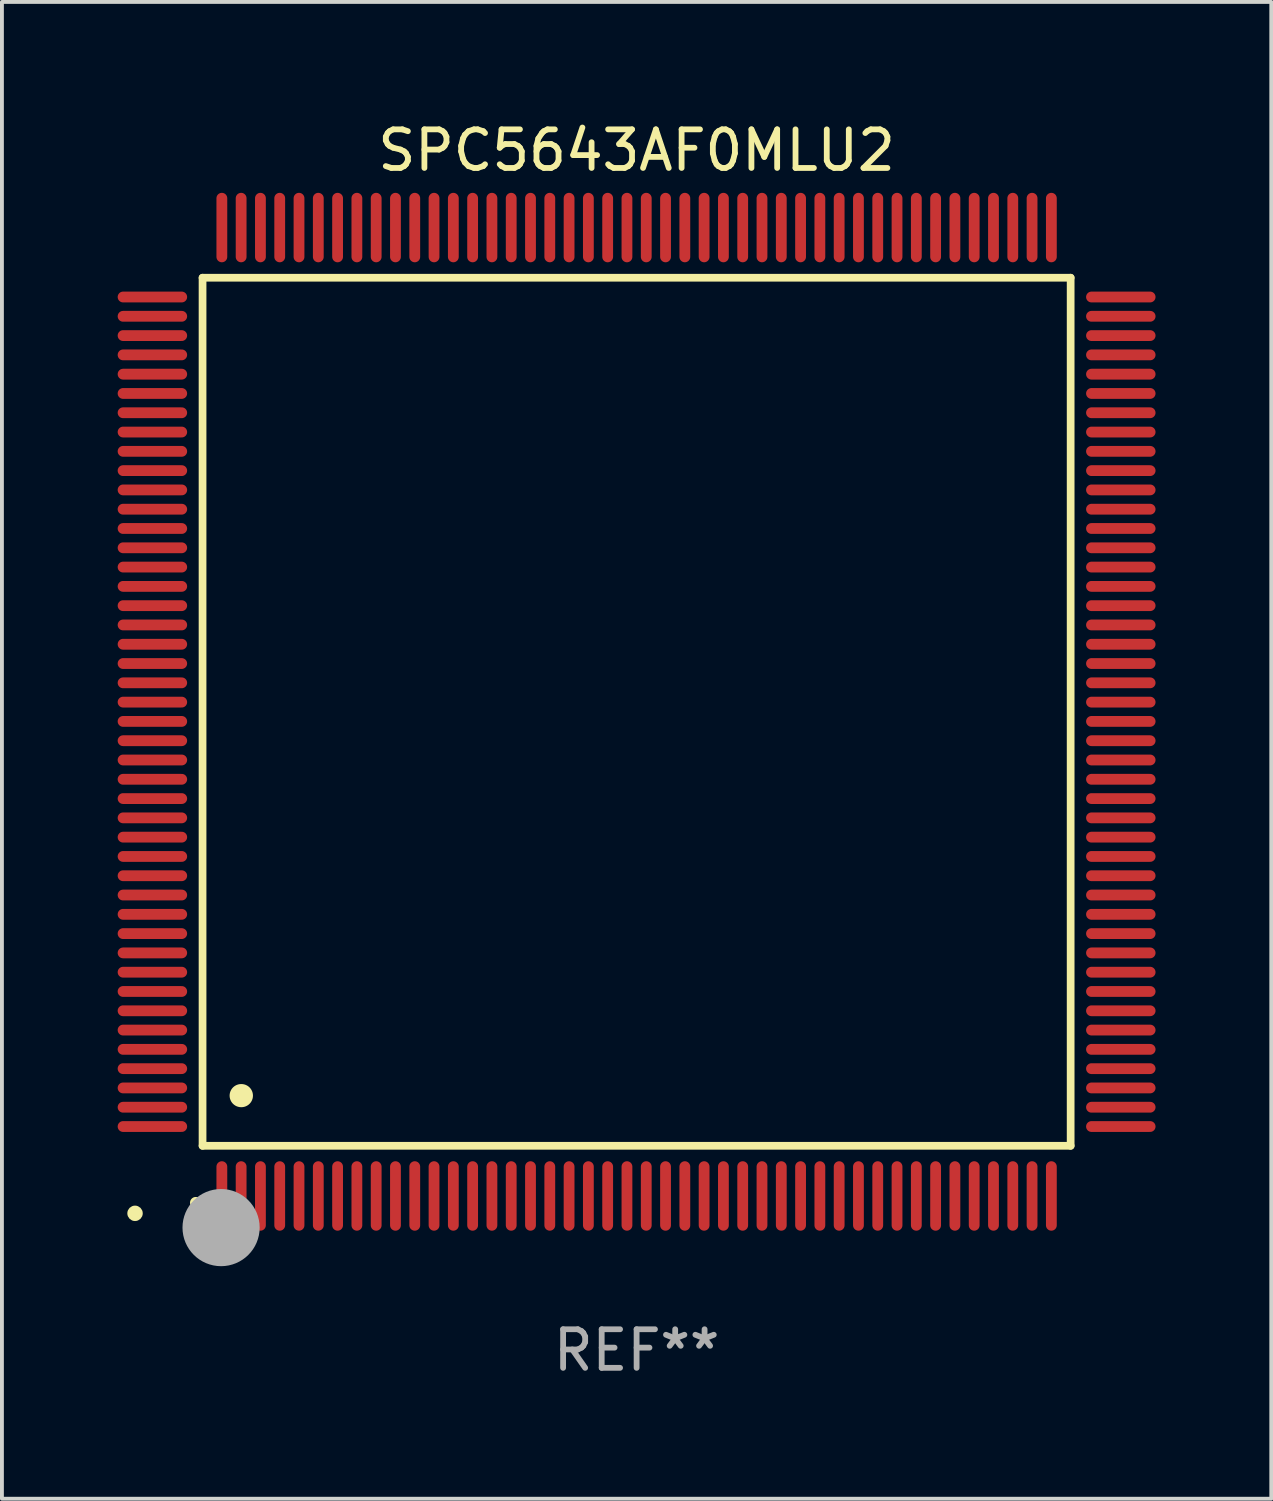
<source format=kicad_pcb>
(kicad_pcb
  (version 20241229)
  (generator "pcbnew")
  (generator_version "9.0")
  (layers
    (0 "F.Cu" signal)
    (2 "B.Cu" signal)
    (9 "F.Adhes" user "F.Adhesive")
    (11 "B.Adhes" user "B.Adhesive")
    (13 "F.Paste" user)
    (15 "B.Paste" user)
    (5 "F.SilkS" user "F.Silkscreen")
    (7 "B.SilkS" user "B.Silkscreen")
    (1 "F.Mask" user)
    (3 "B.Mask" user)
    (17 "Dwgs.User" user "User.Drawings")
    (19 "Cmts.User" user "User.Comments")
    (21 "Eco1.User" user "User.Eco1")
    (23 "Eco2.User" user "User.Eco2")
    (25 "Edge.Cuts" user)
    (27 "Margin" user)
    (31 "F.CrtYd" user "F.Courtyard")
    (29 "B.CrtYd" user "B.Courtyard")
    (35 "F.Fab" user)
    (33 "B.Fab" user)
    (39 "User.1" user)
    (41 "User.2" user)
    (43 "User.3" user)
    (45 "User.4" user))
  (footprint "SPC5643AF0MLU2"
    (layer "F.Cu")
    (at 13.45 15.398)
    (property "Reference" "SPC5643AF0MLU2" (at 0 -14.55 0) (layer "F.SilkS") (effects (font (size 1 1) (thickness 0.15))))
    (attr through_hole)
    (fp_line (start -11.25 -11.25) (end 11.25 -11.25) (stroke (width 0.2) (type solid)) (layer "F.SilkS"))
    (fp_line (start -11.25 11.25) (end -11.25 -11.25) (stroke (width 0.2) (type solid)) (layer "F.SilkS"))
    (fp_line (start 11.25 -11.25) (end 11.25 11.25) (stroke (width 0.2) (type solid)) (layer "F.SilkS"))
    (fp_line (start 11.25 11.25) (end -11.25 11.25) (stroke (width 0.2) (type solid)) (layer "F.SilkS"))
    (fp_arc (start -11.424943 12.725425) (mid -11.423673 12.72542) (end -11.422403 12.725425) (stroke (width 0.3) (type solid)) (layer "F.SilkS"))
    (fp_arc (start -10.24892 9.9492) (mid -10.24638 9.949189) (end -10.24384 9.9492) (stroke (width 0.6) (type solid)) (layer "F.SilkS"))
    (fp_circle (center -13 13) (end -12.9 13) (stroke (width 0.2) (type solid)) (fill no) (layer "F.SilkS"))
    (fp_circle (center -10.77 13.37) (end -10.27 13.37) (stroke (width 1) (type solid)) (fill no) (layer "F.Fab"))
    (fp_text user "REF**" (at 0 16.55 0) (layer "F.Fab") (effects (font (size 1 1) (thickness 0.15))))
    (pad "1" smd oval (at -10.75 12.55) (size 0.28 1.8) (layers "F.Cu" "F.Mask" "F.Paste"))
    (pad "2" smd oval (at -10.25 12.55) (size 0.28 1.8) (layers "F.Cu" "F.Mask" "F.Paste"))
    (pad "3" smd oval (at -9.75 12.55) (size 0.28 1.8) (layers "F.Cu" "F.Mask" "F.Paste"))
    (pad "4" smd oval (at -9.25 12.55) (size 0.28 1.8) (layers "F.Cu" "F.Mask" "F.Paste"))
    (pad "5" smd oval (at -8.75 12.55) (size 0.28 1.8) (layers "F.Cu" "F.Mask" "F.Paste"))
    (pad "6" smd oval (at -8.25 12.55) (size 0.28 1.8) (layers "F.Cu" "F.Mask" "F.Paste"))
    (pad "7" smd oval (at -7.75 12.55) (size 0.28 1.8) (layers "F.Cu" "F.Mask" "F.Paste"))
    (pad "8" smd oval (at -7.25 12.55) (size 0.28 1.8) (layers "F.Cu" "F.Mask" "F.Paste"))
    (pad "9" smd oval (at -6.75 12.55) (size 0.28 1.8) (layers "F.Cu" "F.Mask" "F.Paste"))
    (pad "10" smd oval (at -6.25 12.55) (size 0.28 1.8) (layers "F.Cu" "F.Mask" "F.Paste"))
    (pad "11" smd oval (at -5.75 12.55) (size 0.28 1.8) (layers "F.Cu" "F.Mask" "F.Paste"))
    (pad "12" smd oval (at -5.25 12.55) (size 0.28 1.8) (layers "F.Cu" "F.Mask" "F.Paste"))
    (pad "13" smd oval (at -4.75 12.55) (size 0.28 1.8) (layers "F.Cu" "F.Mask" "F.Paste"))
    (pad "14" smd oval (at -4.25 12.55) (size 0.28 1.8) (layers "F.Cu" "F.Mask" "F.Paste"))
    (pad "15" smd oval (at -3.75 12.55) (size 0.28 1.8) (layers "F.Cu" "F.Mask" "F.Paste"))
    (pad "16" smd oval (at -3.25 12.55) (size 0.28 1.8) (layers "F.Cu" "F.Mask" "F.Paste"))
    (pad "17" smd oval (at -2.75 12.55) (size 0.28 1.8) (layers "F.Cu" "F.Mask" "F.Paste"))
    (pad "18" smd oval (at -2.25 12.55) (size 0.28 1.8) (layers "F.Cu" "F.Mask" "F.Paste"))
    (pad "19" smd oval (at -1.75 12.55) (size 0.28 1.8) (layers "F.Cu" "F.Mask" "F.Paste"))
    (pad "20" smd oval (at -1.25 12.55) (size 0.28 1.8) (layers "F.Cu" "F.Mask" "F.Paste"))
    (pad "21" smd oval (at -0.75 12.55) (size 0.28 1.8) (layers "F.Cu" "F.Mask" "F.Paste"))
    (pad "22" smd oval (at -0.25 12.55) (size 0.28 1.8) (layers "F.Cu" "F.Mask" "F.Paste"))
    (pad "23" smd oval (at 0.25 12.55) (size 0.28 1.8) (layers "F.Cu" "F.Mask" "F.Paste"))
    (pad "24" smd oval (at 0.75 12.55) (size 0.28 1.8) (layers "F.Cu" "F.Mask" "F.Paste"))
    (pad "25" smd oval (at 1.25 12.55) (size 0.28 1.8) (layers "F.Cu" "F.Mask" "F.Paste"))
    (pad "26" smd oval (at 1.75 12.55) (size 0.28 1.8) (layers "F.Cu" "F.Mask" "F.Paste"))
    (pad "27" smd oval (at 2.25 12.55) (size 0.28 1.8) (layers "F.Cu" "F.Mask" "F.Paste"))
    (pad "28" smd oval (at 2.75 12.55) (size 0.28 1.8) (layers "F.Cu" "F.Mask" "F.Paste"))
    (pad "29" smd oval (at 3.25 12.55) (size 0.28 1.8) (layers "F.Cu" "F.Mask" "F.Paste"))
    (pad "30" smd oval (at 3.75 12.55) (size 0.28 1.8) (layers "F.Cu" "F.Mask" "F.Paste"))
    (pad "31" smd oval (at 4.25 12.55) (size 0.28 1.8) (layers "F.Cu" "F.Mask" "F.Paste"))
    (pad "32" smd oval (at 4.75 12.55) (size 0.28 1.8) (layers "F.Cu" "F.Mask" "F.Paste"))
    (pad "33" smd oval (at 5.25 12.55) (size 0.28 1.8) (layers "F.Cu" "F.Mask" "F.Paste"))
    (pad "34" smd oval (at 5.75 12.55) (size 0.28 1.8) (layers "F.Cu" "F.Mask" "F.Paste"))
    (pad "35" smd oval (at 6.25 12.55) (size 0.28 1.8) (layers "F.Cu" "F.Mask" "F.Paste"))
    (pad "36" smd oval (at 6.75 12.55) (size 0.28 1.8) (layers "F.Cu" "F.Mask" "F.Paste"))
    (pad "37" smd oval (at 7.25 12.55) (size 0.28 1.8) (layers "F.Cu" "F.Mask" "F.Paste"))
    (pad "38" smd oval (at 7.75 12.55) (size 0.28 1.8) (layers "F.Cu" "F.Mask" "F.Paste"))
    (pad "39" smd oval (at 8.25 12.55) (size 0.28 1.8) (layers "F.Cu" "F.Mask" "F.Paste"))
    (pad "40" smd oval (at 8.75 12.55) (size 0.28 1.8) (layers "F.Cu" "F.Mask" "F.Paste"))
    (pad "41" smd oval (at 9.25 12.55) (size 0.28 1.8) (layers "F.Cu" "F.Mask" "F.Paste"))
    (pad "42" smd oval (at 9.75 12.55) (size 0.28 1.8) (layers "F.Cu" "F.Mask" "F.Paste"))
    (pad "43" smd oval (at 10.25 12.55) (size 0.28 1.8) (layers "F.Cu" "F.Mask" "F.Paste"))
    (pad "44" smd oval (at 10.75 12.55) (size 0.28 1.8) (layers "F.Cu" "F.Mask" "F.Paste"))
    (pad "45" smd oval (at 12.55 10.75) (size 1.8 0.28) (layers "F.Cu" "F.Mask" "F.Paste"))
    (pad "46" smd oval (at 12.55 10.25) (size 1.8 0.28) (layers "F.Cu" "F.Mask" "F.Paste"))
    (pad "47" smd oval (at 12.55 9.75) (size 1.8 0.28) (layers "F.Cu" "F.Mask" "F.Paste"))
    (pad "48" smd oval (at 12.55 9.25) (size 1.8 0.28) (layers "F.Cu" "F.Mask" "F.Paste"))
    (pad "49" smd oval (at 12.55 8.75) (size 1.8 0.28) (layers "F.Cu" "F.Mask" "F.Paste"))
    (pad "50" smd oval (at 12.55 8.25) (size 1.8 0.28) (layers "F.Cu" "F.Mask" "F.Paste"))
    (pad "51" smd oval (at 12.55 7.75) (size 1.8 0.28) (layers "F.Cu" "F.Mask" "F.Paste"))
    (pad "52" smd oval (at 12.55 7.25) (size 1.8 0.28) (layers "F.Cu" "F.Mask" "F.Paste"))
    (pad "53" smd oval (at 12.55 6.75) (size 1.8 0.28) (layers "F.Cu" "F.Mask" "F.Paste"))
    (pad "54" smd oval (at 12.55 6.25) (size 1.8 0.28) (layers "F.Cu" "F.Mask" "F.Paste"))
    (pad "55" smd oval (at 12.55 5.75) (size 1.8 0.28) (layers "F.Cu" "F.Mask" "F.Paste"))
    (pad "56" smd oval (at 12.55 5.25) (size 1.8 0.28) (layers "F.Cu" "F.Mask" "F.Paste"))
    (pad "57" smd oval (at 12.55 4.75) (size 1.8 0.28) (layers "F.Cu" "F.Mask" "F.Paste"))
    (pad "58" smd oval (at 12.55 4.25) (size 1.8 0.28) (layers "F.Cu" "F.Mask" "F.Paste"))
    (pad "59" smd oval (at 12.55 3.75) (size 1.8 0.28) (layers "F.Cu" "F.Mask" "F.Paste"))
    (pad "60" smd oval (at 12.55 3.25) (size 1.8 0.28) (layers "F.Cu" "F.Mask" "F.Paste"))
    (pad "61" smd oval (at 12.55 2.75) (size 1.8 0.28) (layers "F.Cu" "F.Mask" "F.Paste"))
    (pad "62" smd oval (at 12.55 2.25) (size 1.8 0.28) (layers "F.Cu" "F.Mask" "F.Paste"))
    (pad "63" smd oval (at 12.55 1.75) (size 1.8 0.28) (layers "F.Cu" "F.Mask" "F.Paste"))
    (pad "64" smd oval (at 12.55 1.25) (size 1.8 0.28) (layers "F.Cu" "F.Mask" "F.Paste"))
    (pad "65" smd oval (at 12.55 0.75) (size 1.8 0.28) (layers "F.Cu" "F.Mask" "F.Paste"))
    (pad "66" smd oval (at 12.55 0.25) (size 1.8 0.28) (layers "F.Cu" "F.Mask" "F.Paste"))
    (pad "67" smd oval (at 12.55 -0.25) (size 1.8 0.28) (layers "F.Cu" "F.Mask" "F.Paste"))
    (pad "68" smd oval (at 12.55 -0.75) (size 1.8 0.28) (layers "F.Cu" "F.Mask" "F.Paste"))
    (pad "69" smd oval (at 12.55 -1.25) (size 1.8 0.28) (layers "F.Cu" "F.Mask" "F.Paste"))
    (pad "70" smd oval (at 12.55 -1.75) (size 1.8 0.28) (layers "F.Cu" "F.Mask" "F.Paste"))
    (pad "71" smd oval (at 12.55 -2.25) (size 1.8 0.28) (layers "F.Cu" "F.Mask" "F.Paste"))
    (pad "72" smd oval (at 12.55 -2.75) (size 1.8 0.28) (layers "F.Cu" "F.Mask" "F.Paste"))
    (pad "73" smd oval (at 12.55 -3.25) (size 1.8 0.28) (layers "F.Cu" "F.Mask" "F.Paste"))
    (pad "74" smd oval (at 12.55 -3.75) (size 1.8 0.28) (layers "F.Cu" "F.Mask" "F.Paste"))
    (pad "75" smd oval (at 12.55 -4.25) (size 1.8 0.28) (layers "F.Cu" "F.Mask" "F.Paste"))
    (pad "76" smd oval (at 12.55 -4.75) (size 1.8 0.28) (layers "F.Cu" "F.Mask" "F.Paste"))
    (pad "77" smd oval (at 12.55 -5.25) (size 1.8 0.28) (layers "F.Cu" "F.Mask" "F.Paste"))
    (pad "78" smd oval (at 12.55 -5.75) (size 1.8 0.28) (layers "F.Cu" "F.Mask" "F.Paste"))
    (pad "79" smd oval (at 12.55 -6.25) (size 1.8 0.28) (layers "F.Cu" "F.Mask" "F.Paste"))
    (pad "80" smd oval (at 12.55 -6.75) (size 1.8 0.28) (layers "F.Cu" "F.Mask" "F.Paste"))
    (pad "81" smd oval (at 12.55 -7.25) (size 1.8 0.28) (layers "F.Cu" "F.Mask" "F.Paste"))
    (pad "82" smd oval (at 12.55 -7.75) (size 1.8 0.28) (layers "F.Cu" "F.Mask" "F.Paste"))
    (pad "83" smd oval (at 12.55 -8.25) (size 1.8 0.28) (layers "F.Cu" "F.Mask" "F.Paste"))
    (pad "84" smd oval (at 12.55 -8.75) (size 1.8 0.28) (layers "F.Cu" "F.Mask" "F.Paste"))
    (pad "85" smd oval (at 12.55 -9.25) (size 1.8 0.28) (layers "F.Cu" "F.Mask" "F.Paste"))
    (pad "86" smd oval (at 12.55 -9.75) (size 1.8 0.28) (layers "F.Cu" "F.Mask" "F.Paste"))
    (pad "87" smd oval (at 12.55 -10.25) (size 1.8 0.28) (layers "F.Cu" "F.Mask" "F.Paste"))
    (pad "88" smd oval (at 12.55 -10.75) (size 1.8 0.28) (layers "F.Cu" "F.Mask" "F.Paste"))
    (pad "89" smd oval (at 10.75 -12.55) (size 0.28 1.8) (layers "F.Cu" "F.Mask" "F.Paste"))
    (pad "90" smd oval (at 10.25 -12.55) (size 0.28 1.8) (layers "F.Cu" "F.Mask" "F.Paste"))
    (pad "91" smd oval (at 9.75 -12.55) (size 0.28 1.8) (layers "F.Cu" "F.Mask" "F.Paste"))
    (pad "92" smd oval (at 9.25 -12.55) (size 0.28 1.8) (layers "F.Cu" "F.Mask" "F.Paste"))
    (pad "93" smd oval (at 8.75 -12.55) (size 0.28 1.8) (layers "F.Cu" "F.Mask" "F.Paste"))
    (pad "94" smd oval (at 8.25 -12.55) (size 0.28 1.8) (layers "F.Cu" "F.Mask" "F.Paste"))
    (pad "95" smd oval (at 7.75 -12.55) (size 0.28 1.8) (layers "F.Cu" "F.Mask" "F.Paste"))
    (pad "96" smd oval (at 7.25 -12.55) (size 0.28 1.8) (layers "F.Cu" "F.Mask" "F.Paste"))
    (pad "97" smd oval (at 6.75 -12.55) (size 0.28 1.8) (layers "F.Cu" "F.Mask" "F.Paste"))
    (pad "98" smd oval (at 6.25 -12.55) (size 0.28 1.8) (layers "F.Cu" "F.Mask" "F.Paste"))
    (pad "99" smd oval (at 5.75 -12.55) (size 0.28 1.8) (layers "F.Cu" "F.Mask" "F.Paste"))
    (pad "100" smd oval (at 5.25 -12.55) (size 0.28 1.8) (layers "F.Cu" "F.Mask" "F.Paste"))
    (pad "101" smd oval (at 4.75 -12.55) (size 0.28 1.8) (layers "F.Cu" "F.Mask" "F.Paste"))
    (pad "102" smd oval (at 4.25 -12.55) (size 0.28 1.8) (layers "F.Cu" "F.Mask" "F.Paste"))
    (pad "103" smd oval (at 3.75 -12.55) (size 0.28 1.8) (layers "F.Cu" "F.Mask" "F.Paste"))
    (pad "104" smd oval (at 3.25 -12.55) (size 0.28 1.8) (layers "F.Cu" "F.Mask" "F.Paste"))
    (pad "105" smd oval (at 2.75 -12.55) (size 0.28 1.8) (layers "F.Cu" "F.Mask" "F.Paste"))
    (pad "106" smd oval (at 2.25 -12.55) (size 0.28 1.8) (layers "F.Cu" "F.Mask" "F.Paste"))
    (pad "107" smd oval (at 1.75 -12.55) (size 0.28 1.8) (layers "F.Cu" "F.Mask" "F.Paste"))
    (pad "108" smd oval (at 1.25 -12.55) (size 0.28 1.8) (layers "F.Cu" "F.Mask" "F.Paste"))
    (pad "109" smd oval (at 0.75 -12.55) (size 0.28 1.8) (layers "F.Cu" "F.Mask" "F.Paste"))
    (pad "110" smd oval (at 0.25 -12.55) (size 0.28 1.8) (layers "F.Cu" "F.Mask" "F.Paste"))
    (pad "111" smd oval (at -0.25 -12.55) (size 0.28 1.8) (layers "F.Cu" "F.Mask" "F.Paste"))
    (pad "112" smd oval (at -0.75 -12.55) (size 0.28 1.8) (layers "F.Cu" "F.Mask" "F.Paste"))
    (pad "113" smd oval (at -1.25 -12.55) (size 0.28 1.8) (layers "F.Cu" "F.Mask" "F.Paste"))
    (pad "114" smd oval (at -1.75 -12.55) (size 0.28 1.8) (layers "F.Cu" "F.Mask" "F.Paste"))
    (pad "115" smd oval (at -2.25 -12.55) (size 0.28 1.8) (layers "F.Cu" "F.Mask" "F.Paste"))
    (pad "116" smd oval (at -2.75 -12.55) (size 0.28 1.8) (layers "F.Cu" "F.Mask" "F.Paste"))
    (pad "117" smd oval (at -3.25 -12.55) (size 0.28 1.8) (layers "F.Cu" "F.Mask" "F.Paste"))
    (pad "118" smd oval (at -3.75 -12.55) (size 0.28 1.8) (layers "F.Cu" "F.Mask" "F.Paste"))
    (pad "119" smd oval (at -4.25 -12.55) (size 0.28 1.8) (layers "F.Cu" "F.Mask" "F.Paste"))
    (pad "120" smd oval (at -4.75 -12.55) (size 0.28 1.8) (layers "F.Cu" "F.Mask" "F.Paste"))
    (pad "121" smd oval (at -5.25 -12.55) (size 0.28 1.8) (layers "F.Cu" "F.Mask" "F.Paste"))
    (pad "122" smd oval (at -5.75 -12.55) (size 0.28 1.8) (layers "F.Cu" "F.Mask" "F.Paste"))
    (pad "123" smd oval (at -6.25 -12.55) (size 0.28 1.8) (layers "F.Cu" "F.Mask" "F.Paste"))
    (pad "124" smd oval (at -6.75 -12.55) (size 0.28 1.8) (layers "F.Cu" "F.Mask" "F.Paste"))
    (pad "125" smd oval (at -7.25 -12.55) (size 0.28 1.8) (layers "F.Cu" "F.Mask" "F.Paste"))
    (pad "126" smd oval (at -7.75 -12.55) (size 0.28 1.8) (layers "F.Cu" "F.Mask" "F.Paste"))
    (pad "127" smd oval (at -8.25 -12.55) (size 0.28 1.8) (layers "F.Cu" "F.Mask" "F.Paste"))
    (pad "128" smd oval (at -8.75 -12.55) (size 0.28 1.8) (layers "F.Cu" "F.Mask" "F.Paste"))
    (pad "129" smd oval (at -9.25 -12.55) (size 0.28 1.8) (layers "F.Cu" "F.Mask" "F.Paste"))
    (pad "130" smd oval (at -9.75 -12.55) (size 0.28 1.8) (layers "F.Cu" "F.Mask" "F.Paste"))
    (pad "131" smd oval (at -10.25 -12.55) (size 0.28 1.8) (layers "F.Cu" "F.Mask" "F.Paste"))
    (pad "132" smd oval (at -10.75 -12.55) (size 0.28 1.8) (layers "F.Cu" "F.Mask" "F.Paste"))
    (pad "133" smd oval (at -12.55 -10.75) (size 1.8 0.28) (layers "F.Cu" "F.Mask" "F.Paste"))
    (pad "134" smd oval (at -12.55 -10.25) (size 1.8 0.28) (layers "F.Cu" "F.Mask" "F.Paste"))
    (pad "135" smd oval (at -12.55 -9.75) (size 1.8 0.28) (layers "F.Cu" "F.Mask" "F.Paste"))
    (pad "136" smd oval (at -12.55 -9.25) (size 1.8 0.28) (layers "F.Cu" "F.Mask" "F.Paste"))
    (pad "137" smd oval (at -12.55 -8.75) (size 1.8 0.28) (layers "F.Cu" "F.Mask" "F.Paste"))
    (pad "138" smd oval (at -12.55 -8.25) (size 1.8 0.28) (layers "F.Cu" "F.Mask" "F.Paste"))
    (pad "139" smd oval (at -12.55 -7.75) (size 1.8 0.28) (layers "F.Cu" "F.Mask" "F.Paste"))
    (pad "140" smd oval (at -12.55 -7.25) (size 1.8 0.28) (layers "F.Cu" "F.Mask" "F.Paste"))
    (pad "141" smd oval (at -12.55 -6.75) (size 1.8 0.28) (layers "F.Cu" "F.Mask" "F.Paste"))
    (pad "142" smd oval (at -12.55 -6.25) (size 1.8 0.28) (layers "F.Cu" "F.Mask" "F.Paste"))
    (pad "143" smd oval (at -12.55 -5.75) (size 1.8 0.28) (layers "F.Cu" "F.Mask" "F.Paste"))
    (pad "144" smd oval (at -12.55 -5.25) (size 1.8 0.28) (layers "F.Cu" "F.Mask" "F.Paste"))
    (pad "145" smd oval (at -12.55 -4.75) (size 1.8 0.28) (layers "F.Cu" "F.Mask" "F.Paste"))
    (pad "146" smd oval (at -12.55 -4.25) (size 1.8 0.28) (layers "F.Cu" "F.Mask" "F.Paste"))
    (pad "147" smd oval (at -12.55 -3.75) (size 1.8 0.28) (layers "F.Cu" "F.Mask" "F.Paste"))
    (pad "148" smd oval (at -12.55 -3.25) (size 1.8 0.28) (layers "F.Cu" "F.Mask" "F.Paste"))
    (pad "149" smd oval (at -12.55 -2.75) (size 1.8 0.28) (layers "F.Cu" "F.Mask" "F.Paste"))
    (pad "150" smd oval (at -12.55 -2.25) (size 1.8 0.28) (layers "F.Cu" "F.Mask" "F.Paste"))
    (pad "151" smd oval (at -12.55 -1.75) (size 1.8 0.28) (layers "F.Cu" "F.Mask" "F.Paste"))
    (pad "152" smd oval (at -12.55 -1.25) (size 1.8 0.28) (layers "F.Cu" "F.Mask" "F.Paste"))
    (pad "153" smd oval (at -12.55 -0.75) (size 1.8 0.28) (layers "F.Cu" "F.Mask" "F.Paste"))
    (pad "154" smd oval (at -12.55 -0.25) (size 1.8 0.28) (layers "F.Cu" "F.Mask" "F.Paste"))
    (pad "155" smd oval (at -12.55 0.25) (size 1.8 0.28) (layers "F.Cu" "F.Mask" "F.Paste"))
    (pad "156" smd oval (at -12.55 0.75) (size 1.8 0.28) (layers "F.Cu" "F.Mask" "F.Paste"))
    (pad "157" smd oval (at -12.55 1.25) (size 1.8 0.28) (layers "F.Cu" "F.Mask" "F.Paste"))
    (pad "158" smd oval (at -12.55 1.75) (size 1.8 0.28) (layers "F.Cu" "F.Mask" "F.Paste"))
    (pad "159" smd oval (at -12.55 2.25) (size 1.8 0.28) (layers "F.Cu" "F.Mask" "F.Paste"))
    (pad "160" smd oval (at -12.55 2.75) (size 1.8 0.28) (layers "F.Cu" "F.Mask" "F.Paste"))
    (pad "161" smd oval (at -12.55 3.25) (size 1.8 0.28) (layers "F.Cu" "F.Mask" "F.Paste"))
    (pad "162" smd oval (at -12.55 3.75) (size 1.8 0.28) (layers "F.Cu" "F.Mask" "F.Paste"))
    (pad "163" smd oval (at -12.55 4.25) (size 1.8 0.28) (layers "F.Cu" "F.Mask" "F.Paste"))
    (pad "164" smd oval (at -12.55 4.75) (size 1.8 0.28) (layers "F.Cu" "F.Mask" "F.Paste"))
    (pad "165" smd oval (at -12.55 5.25) (size 1.8 0.28) (layers "F.Cu" "F.Mask" "F.Paste"))
    (pad "166" smd oval (at -12.55 5.75) (size 1.8 0.28) (layers "F.Cu" "F.Mask" "F.Paste"))
    (pad "167" smd oval (at -12.55 6.25) (size 1.8 0.28) (layers "F.Cu" "F.Mask" "F.Paste"))
    (pad "168" smd oval (at -12.55 6.75) (size 1.8 0.28) (layers "F.Cu" "F.Mask" "F.Paste"))
    (pad "169" smd oval (at -12.55 7.25) (size 1.8 0.28) (layers "F.Cu" "F.Mask" "F.Paste"))
    (pad "170" smd oval (at -12.55 7.75) (size 1.8 0.28) (layers "F.Cu" "F.Mask" "F.Paste"))
    (pad "171" smd oval (at -12.55 8.25) (size 1.8 0.28) (layers "F.Cu" "F.Mask" "F.Paste"))
    (pad "172" smd oval (at -12.55 8.75) (size 1.8 0.28) (layers "F.Cu" "F.Mask" "F.Paste"))
    (pad "173" smd oval (at -12.55 9.25) (size 1.8 0.28) (layers "F.Cu" "F.Mask" "F.Paste"))
    (pad "174" smd oval (at -12.55 9.75) (size 1.8 0.28) (layers "F.Cu" "F.Mask" "F.Paste"))
    (pad "175" smd oval (at -12.55 10.25) (size 1.8 0.28) (layers "F.Cu" "F.Mask" "F.Paste"))
    (pad "176" smd oval (at -12.55 10.75) (size 1.8 0.28) (layers "F.Cu" "F.Mask" "F.Paste")))
  (gr_rect
    (start -3 -3)
    (end 29.9 35.796)
    (stroke (width 0.1) (type default))
    (fill no)
    (layer "Edge.Cuts")))
</source>
